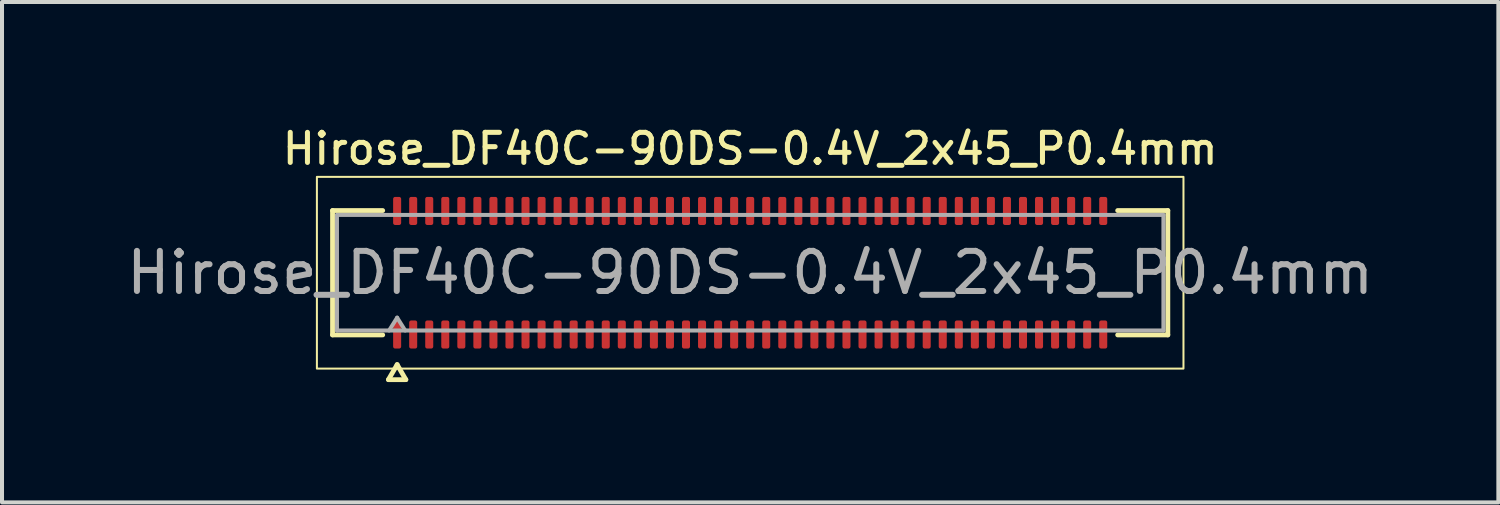
<source format=kicad_pcb>
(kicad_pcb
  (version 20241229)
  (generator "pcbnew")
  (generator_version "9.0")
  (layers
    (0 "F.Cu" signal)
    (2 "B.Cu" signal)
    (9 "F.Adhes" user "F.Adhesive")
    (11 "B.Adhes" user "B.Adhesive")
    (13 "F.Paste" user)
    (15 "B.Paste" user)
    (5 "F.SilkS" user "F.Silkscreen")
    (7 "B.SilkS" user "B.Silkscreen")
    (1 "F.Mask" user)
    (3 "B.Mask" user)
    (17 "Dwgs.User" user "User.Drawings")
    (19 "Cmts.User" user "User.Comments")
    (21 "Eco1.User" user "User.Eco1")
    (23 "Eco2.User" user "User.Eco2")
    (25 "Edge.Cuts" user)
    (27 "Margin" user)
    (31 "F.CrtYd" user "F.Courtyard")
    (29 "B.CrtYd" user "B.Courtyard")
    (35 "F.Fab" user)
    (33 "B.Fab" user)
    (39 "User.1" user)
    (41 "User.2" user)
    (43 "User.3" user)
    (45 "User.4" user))
  (footprint "Hirose_DF40C-90DS-0.4V_2x45_P0.4mm"
    (layer "F.Cu")
    (at 15.649 3.748)
    (property "Reference" "Hirose_DF40C-90DS-0.4V_2x45_P0.4mm" (at 0 -3.09 0) (layer "F.SilkS") (effects (font (size 0.75 0.75) (thickness 0.125))))
    (attr smd)
    (fp_line (start -10.41 -1.55) (end -9.16 -1.55) (stroke (width 0.12) (type solid)) (layer "F.SilkS"))
    (fp_line (start -10.41 1.55) (end -10.41 -1.55) (stroke (width 0.12) (type solid)) (layer "F.SilkS"))
    (fp_line (start -9.16 1.55) (end -10.41 1.55) (stroke (width 0.12) (type solid)) (layer "F.SilkS"))
    (fp_line (start -9.017 2.665) (end -8.8 2.29) (stroke (width 0.12) (type solid)) (layer "F.SilkS"))
    (fp_line (start -8.8 2.29) (end -8.583 2.665) (stroke (width 0.12) (type solid)) (layer "F.SilkS"))
    (fp_line (start -8.583 2.665) (end -9.017 2.665) (stroke (width 0.12) (type solid)) (layer "F.SilkS"))
    (fp_line (start 9.16 -1.55) (end 10.41 -1.55) (stroke (width 0.12) (type solid)) (layer "F.SilkS"))
    (fp_line (start 10.41 -1.55) (end 10.41 1.55) (stroke (width 0.12) (type solid)) (layer "F.SilkS"))
    (fp_line (start 10.41 1.55) (end 9.16 1.55) (stroke (width 0.12) (type solid)) (layer "F.SilkS"))
    (fp_rect (start -10.8 -2.39) (end 10.8 2.39) (stroke (width 0.05) (type solid)) (fill no) (layer "F.SilkS"))
    (fp_line (start -10.3 -1.44) (end 10.3 -1.44) (stroke (width 0.1) (type solid)) (layer "F.Fab"))
    (fp_line (start -10.3 1.44) (end -10.3 -1.44) (stroke (width 0.1) (type solid)) (layer "F.Fab"))
    (fp_line (start -9 1.44) (end -8.8 1.12) (stroke (width 0.1) (type solid)) (layer "F.Fab"))
    (fp_line (start -8.8 1.12) (end -8.6 1.44) (stroke (width 0.1) (type solid)) (layer "F.Fab"))
    (fp_line (start 10.3 -1.44) (end 10.3 1.44) (stroke (width 0.1) (type solid)) (layer "F.Fab"))
    (fp_line (start 10.3 1.44) (end -10.3 1.44) (stroke (width 0.1) (type solid)) (layer "F.Fab"))
    (fp_text user "${REFERENCE}" (at 0 0 0) (layer "F.Fab") (effects (font (size 1 1) (thickness 0.15))))
    (pad "1" smd roundrect (at -8.8 1.54) (size 0.2 0.7) (layers "F.Cu" "F.Mask" "F.Paste") (roundrect_rratio 0.25))
    (pad "2" smd roundrect (at -8.8 -1.54) (size 0.2 0.7) (layers "F.Cu" "F.Mask" "F.Paste") (roundrect_rratio 0.25))
    (pad "3" smd roundrect (at -8.4 1.54) (size 0.2 0.7) (layers "F.Cu" "F.Mask" "F.Paste") (roundrect_rratio 0.25))
    (pad "4" smd roundrect (at -8.4 -1.54) (size 0.2 0.7) (layers "F.Cu" "F.Mask" "F.Paste") (roundrect_rratio 0.25))
    (pad "5" smd roundrect (at -8 1.54) (size 0.2 0.7) (layers "F.Cu" "F.Mask" "F.Paste") (roundrect_rratio 0.25))
    (pad "6" smd roundrect (at -8 -1.54) (size 0.2 0.7) (layers "F.Cu" "F.Mask" "F.Paste") (roundrect_rratio 0.25))
    (pad "7" smd roundrect (at -7.6 1.54) (size 0.2 0.7) (layers "F.Cu" "F.Mask" "F.Paste") (roundrect_rratio 0.25))
    (pad "8" smd roundrect (at -7.6 -1.54) (size 0.2 0.7) (layers "F.Cu" "F.Mask" "F.Paste") (roundrect_rratio 0.25))
    (pad "9" smd roundrect (at -7.2 1.54) (size 0.2 0.7) (layers "F.Cu" "F.Mask" "F.Paste") (roundrect_rratio 0.25))
    (pad "10" smd roundrect (at -7.2 -1.54) (size 0.2 0.7) (layers "F.Cu" "F.Mask" "F.Paste") (roundrect_rratio 0.25))
    (pad "11" smd roundrect (at -6.8 1.54) (size 0.2 0.7) (layers "F.Cu" "F.Mask" "F.Paste") (roundrect_rratio 0.25))
    (pad "12" smd roundrect (at -6.8 -1.54) (size 0.2 0.7) (layers "F.Cu" "F.Mask" "F.Paste") (roundrect_rratio 0.25))
    (pad "13" smd roundrect (at -6.4 1.54) (size 0.2 0.7) (layers "F.Cu" "F.Mask" "F.Paste") (roundrect_rratio 0.25))
    (pad "14" smd roundrect (at -6.4 -1.54) (size 0.2 0.7) (layers "F.Cu" "F.Mask" "F.Paste") (roundrect_rratio 0.25))
    (pad "15" smd roundrect (at -6 1.54) (size 0.2 0.7) (layers "F.Cu" "F.Mask" "F.Paste") (roundrect_rratio 0.25))
    (pad "16" smd roundrect (at -6 -1.54) (size 0.2 0.7) (layers "F.Cu" "F.Mask" "F.Paste") (roundrect_rratio 0.25))
    (pad "17" smd roundrect (at -5.6 1.54) (size 0.2 0.7) (layers "F.Cu" "F.Mask" "F.Paste") (roundrect_rratio 0.25))
    (pad "18" smd roundrect (at -5.6 -1.54) (size 0.2 0.7) (layers "F.Cu" "F.Mask" "F.Paste") (roundrect_rratio 0.25))
    (pad "19" smd roundrect (at -5.2 1.54) (size 0.2 0.7) (layers "F.Cu" "F.Mask" "F.Paste") (roundrect_rratio 0.25))
    (pad "20" smd roundrect (at -5.2 -1.54) (size 0.2 0.7) (layers "F.Cu" "F.Mask" "F.Paste") (roundrect_rratio 0.25))
    (pad "21" smd roundrect (at -4.8 1.54) (size 0.2 0.7) (layers "F.Cu" "F.Mask" "F.Paste") (roundrect_rratio 0.25))
    (pad "22" smd roundrect (at -4.8 -1.54) (size 0.2 0.7) (layers "F.Cu" "F.Mask" "F.Paste") (roundrect_rratio 0.25))
    (pad "23" smd roundrect (at -4.4 1.54) (size 0.2 0.7) (layers "F.Cu" "F.Mask" "F.Paste") (roundrect_rratio 0.25))
    (pad "24" smd roundrect (at -4.4 -1.54) (size 0.2 0.7) (layers "F.Cu" "F.Mask" "F.Paste") (roundrect_rratio 0.25))
    (pad "25" smd roundrect (at -4 1.54) (size 0.2 0.7) (layers "F.Cu" "F.Mask" "F.Paste") (roundrect_rratio 0.25))
    (pad "26" smd roundrect (at -4 -1.54) (size 0.2 0.7) (layers "F.Cu" "F.Mask" "F.Paste") (roundrect_rratio 0.25))
    (pad "27" smd roundrect (at -3.6 1.54) (size 0.2 0.7) (layers "F.Cu" "F.Mask" "F.Paste") (roundrect_rratio 0.25))
    (pad "28" smd roundrect (at -3.6 -1.54) (size 0.2 0.7) (layers "F.Cu" "F.Mask" "F.Paste") (roundrect_rratio 0.25))
    (pad "29" smd roundrect (at -3.2 1.54) (size 0.2 0.7) (layers "F.Cu" "F.Mask" "F.Paste") (roundrect_rratio 0.25))
    (pad "30" smd roundrect (at -3.2 -1.54) (size 0.2 0.7) (layers "F.Cu" "F.Mask" "F.Paste") (roundrect_rratio 0.25))
    (pad "31" smd roundrect (at -2.8 1.54) (size 0.2 0.7) (layers "F.Cu" "F.Mask" "F.Paste") (roundrect_rratio 0.25))
    (pad "32" smd roundrect (at -2.8 -1.54) (size 0.2 0.7) (layers "F.Cu" "F.Mask" "F.Paste") (roundrect_rratio 0.25))
    (pad "33" smd roundrect (at -2.4 1.54) (size 0.2 0.7) (layers "F.Cu" "F.Mask" "F.Paste") (roundrect_rratio 0.25))
    (pad "34" smd roundrect (at -2.4 -1.54) (size 0.2 0.7) (layers "F.Cu" "F.Mask" "F.Paste") (roundrect_rratio 0.25))
    (pad "35" smd roundrect (at -2 1.54) (size 0.2 0.7) (layers "F.Cu" "F.Mask" "F.Paste") (roundrect_rratio 0.25))
    (pad "36" smd roundrect (at -2 -1.54) (size 0.2 0.7) (layers "F.Cu" "F.Mask" "F.Paste") (roundrect_rratio 0.25))
    (pad "37" smd roundrect (at -1.6 1.54) (size 0.2 0.7) (layers "F.Cu" "F.Mask" "F.Paste") (roundrect_rratio 0.25))
    (pad "38" smd roundrect (at -1.6 -1.54) (size 0.2 0.7) (layers "F.Cu" "F.Mask" "F.Paste") (roundrect_rratio 0.25))
    (pad "39" smd roundrect (at -1.2 1.54) (size 0.2 0.7) (layers "F.Cu" "F.Mask" "F.Paste") (roundrect_rratio 0.25))
    (pad "40" smd roundrect (at -1.2 -1.54) (size 0.2 0.7) (layers "F.Cu" "F.Mask" "F.Paste") (roundrect_rratio 0.25))
    (pad "41" smd roundrect (at -0.8 1.54) (size 0.2 0.7) (layers "F.Cu" "F.Mask" "F.Paste") (roundrect_rratio 0.25))
    (pad "42" smd roundrect (at -0.8 -1.54) (size 0.2 0.7) (layers "F.Cu" "F.Mask" "F.Paste") (roundrect_rratio 0.25))
    (pad "43" smd roundrect (at -0.4 1.54) (size 0.2 0.7) (layers "F.Cu" "F.Mask" "F.Paste") (roundrect_rratio 0.25))
    (pad "44" smd roundrect (at -0.4 -1.54) (size 0.2 0.7) (layers "F.Cu" "F.Mask" "F.Paste") (roundrect_rratio 0.25))
    (pad "45" smd roundrect (at 0 1.54) (size 0.2 0.7) (layers "F.Cu" "F.Mask" "F.Paste") (roundrect_rratio 0.25))
    (pad "46" smd roundrect (at 0 -1.54) (size 0.2 0.7) (layers "F.Cu" "F.Mask" "F.Paste") (roundrect_rratio 0.25))
    (pad "47" smd roundrect (at 0.4 1.54) (size 0.2 0.7) (layers "F.Cu" "F.Mask" "F.Paste") (roundrect_rratio 0.25))
    (pad "48" smd roundrect (at 0.4 -1.54) (size 0.2 0.7) (layers "F.Cu" "F.Mask" "F.Paste") (roundrect_rratio 0.25))
    (pad "49" smd roundrect (at 0.8 1.54) (size 0.2 0.7) (layers "F.Cu" "F.Mask" "F.Paste") (roundrect_rratio 0.25))
    (pad "50" smd roundrect (at 0.8 -1.54) (size 0.2 0.7) (layers "F.Cu" "F.Mask" "F.Paste") (roundrect_rratio 0.25))
    (pad "51" smd roundrect (at 1.2 1.54) (size 0.2 0.7) (layers "F.Cu" "F.Mask" "F.Paste") (roundrect_rratio 0.25))
    (pad "52" smd roundrect (at 1.2 -1.54) (size 0.2 0.7) (layers "F.Cu" "F.Mask" "F.Paste") (roundrect_rratio 0.25))
    (pad "53" smd roundrect (at 1.6 1.54) (size 0.2 0.7) (layers "F.Cu" "F.Mask" "F.Paste") (roundrect_rratio 0.25))
    (pad "54" smd roundrect (at 1.6 -1.54) (size 0.2 0.7) (layers "F.Cu" "F.Mask" "F.Paste") (roundrect_rratio 0.25))
    (pad "55" smd roundrect (at 2 1.54) (size 0.2 0.7) (layers "F.Cu" "F.Mask" "F.Paste") (roundrect_rratio 0.25))
    (pad "56" smd roundrect (at 2 -1.54) (size 0.2 0.7) (layers "F.Cu" "F.Mask" "F.Paste") (roundrect_rratio 0.25))
    (pad "57" smd roundrect (at 2.4 1.54) (size 0.2 0.7) (layers "F.Cu" "F.Mask" "F.Paste") (roundrect_rratio 0.25))
    (pad "58" smd roundrect (at 2.4 -1.54) (size 0.2 0.7) (layers "F.Cu" "F.Mask" "F.Paste") (roundrect_rratio 0.25))
    (pad "59" smd roundrect (at 2.8 1.54) (size 0.2 0.7) (layers "F.Cu" "F.Mask" "F.Paste") (roundrect_rratio 0.25))
    (pad "60" smd roundrect (at 2.8 -1.54) (size 0.2 0.7) (layers "F.Cu" "F.Mask" "F.Paste") (roundrect_rratio 0.25))
    (pad "61" smd roundrect (at 3.2 1.54) (size 0.2 0.7) (layers "F.Cu" "F.Mask" "F.Paste") (roundrect_rratio 0.25))
    (pad "62" smd roundrect (at 3.2 -1.54) (size 0.2 0.7) (layers "F.Cu" "F.Mask" "F.Paste") (roundrect_rratio 0.25))
    (pad "63" smd roundrect (at 3.6 1.54) (size 0.2 0.7) (layers "F.Cu" "F.Mask" "F.Paste") (roundrect_rratio 0.25))
    (pad "64" smd roundrect (at 3.6 -1.54) (size 0.2 0.7) (layers "F.Cu" "F.Mask" "F.Paste") (roundrect_rratio 0.25))
    (pad "65" smd roundrect (at 4 1.54) (size 0.2 0.7) (layers "F.Cu" "F.Mask" "F.Paste") (roundrect_rratio 0.25))
    (pad "66" smd roundrect (at 4 -1.54) (size 0.2 0.7) (layers "F.Cu" "F.Mask" "F.Paste") (roundrect_rratio 0.25))
    (pad "67" smd roundrect (at 4.4 1.54) (size 0.2 0.7) (layers "F.Cu" "F.Mask" "F.Paste") (roundrect_rratio 0.25))
    (pad "68" smd roundrect (at 4.4 -1.54) (size 0.2 0.7) (layers "F.Cu" "F.Mask" "F.Paste") (roundrect_rratio 0.25))
    (pad "69" smd roundrect (at 4.8 1.54) (size 0.2 0.7) (layers "F.Cu" "F.Mask" "F.Paste") (roundrect_rratio 0.25))
    (pad "70" smd roundrect (at 4.8 -1.54) (size 0.2 0.7) (layers "F.Cu" "F.Mask" "F.Paste") (roundrect_rratio 0.25))
    (pad "71" smd roundrect (at 5.2 1.54) (size 0.2 0.7) (layers "F.Cu" "F.Mask" "F.Paste") (roundrect_rratio 0.25))
    (pad "72" smd roundrect (at 5.2 -1.54) (size 0.2 0.7) (layers "F.Cu" "F.Mask" "F.Paste") (roundrect_rratio 0.25))
    (pad "73" smd roundrect (at 5.6 1.54) (size 0.2 0.7) (layers "F.Cu" "F.Mask" "F.Paste") (roundrect_rratio 0.25))
    (pad "74" smd roundrect (at 5.6 -1.54) (size 0.2 0.7) (layers "F.Cu" "F.Mask" "F.Paste") (roundrect_rratio 0.25))
    (pad "75" smd roundrect (at 6 1.54) (size 0.2 0.7) (layers "F.Cu" "F.Mask" "F.Paste") (roundrect_rratio 0.25))
    (pad "76" smd roundrect (at 6 -1.54) (size 0.2 0.7) (layers "F.Cu" "F.Mask" "F.Paste") (roundrect_rratio 0.25))
    (pad "77" smd roundrect (at 6.4 1.54) (size 0.2 0.7) (layers "F.Cu" "F.Mask" "F.Paste") (roundrect_rratio 0.25))
    (pad "78" smd roundrect (at 6.4 -1.54) (size 0.2 0.7) (layers "F.Cu" "F.Mask" "F.Paste") (roundrect_rratio 0.25))
    (pad "79" smd roundrect (at 6.8 1.54) (size 0.2 0.7) (layers "F.Cu" "F.Mask" "F.Paste") (roundrect_rratio 0.25))
    (pad "80" smd roundrect (at 6.8 -1.54) (size 0.2 0.7) (layers "F.Cu" "F.Mask" "F.Paste") (roundrect_rratio 0.25))
    (pad "81" smd roundrect (at 7.2 1.54) (size 0.2 0.7) (layers "F.Cu" "F.Mask" "F.Paste") (roundrect_rratio 0.25))
    (pad "82" smd roundrect (at 7.2 -1.54) (size 0.2 0.7) (layers "F.Cu" "F.Mask" "F.Paste") (roundrect_rratio 0.25))
    (pad "83" smd roundrect (at 7.6 1.54) (size 0.2 0.7) (layers "F.Cu" "F.Mask" "F.Paste") (roundrect_rratio 0.25))
    (pad "84" smd roundrect (at 7.6 -1.54) (size 0.2 0.7) (layers "F.Cu" "F.Mask" "F.Paste") (roundrect_rratio 0.25))
    (pad "85" smd roundrect (at 8 1.54) (size 0.2 0.7) (layers "F.Cu" "F.Mask" "F.Paste") (roundrect_rratio 0.25))
    (pad "86" smd roundrect (at 8 -1.54) (size 0.2 0.7) (layers "F.Cu" "F.Mask" "F.Paste") (roundrect_rratio 0.25))
    (pad "87" smd roundrect (at 8.4 1.54) (size 0.2 0.7) (layers "F.Cu" "F.Mask" "F.Paste") (roundrect_rratio 0.25))
    (pad "88" smd roundrect (at 8.4 -1.54) (size 0.2 0.7) (layers "F.Cu" "F.Mask" "F.Paste") (roundrect_rratio 0.25))
    (pad "89" smd roundrect (at 8.8 1.54) (size 0.2 0.7) (layers "F.Cu" "F.Mask" "F.Paste") (roundrect_rratio 0.25))
    (pad "90" smd roundrect (at 8.8 -1.54) (size 0.2 0.7) (layers "F.Cu" "F.Mask" "F.Paste") (roundrect_rratio 0.25)))
  (gr_rect
    (start -3 -3)
    (end 34.298 9.473)
    (stroke (width 0.1) (type default))
    (fill no)
    (layer "Edge.Cuts")))
</source>
